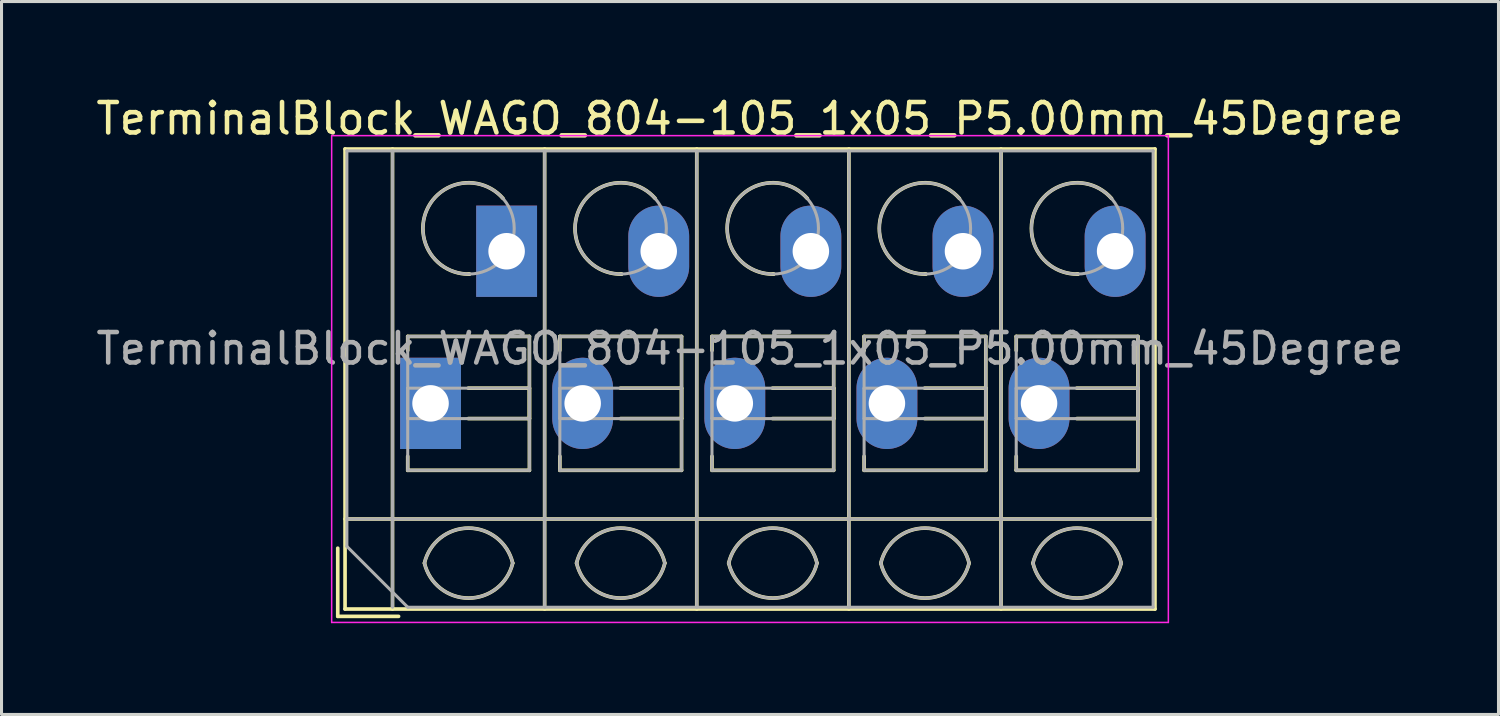
<source format=kicad_pcb>
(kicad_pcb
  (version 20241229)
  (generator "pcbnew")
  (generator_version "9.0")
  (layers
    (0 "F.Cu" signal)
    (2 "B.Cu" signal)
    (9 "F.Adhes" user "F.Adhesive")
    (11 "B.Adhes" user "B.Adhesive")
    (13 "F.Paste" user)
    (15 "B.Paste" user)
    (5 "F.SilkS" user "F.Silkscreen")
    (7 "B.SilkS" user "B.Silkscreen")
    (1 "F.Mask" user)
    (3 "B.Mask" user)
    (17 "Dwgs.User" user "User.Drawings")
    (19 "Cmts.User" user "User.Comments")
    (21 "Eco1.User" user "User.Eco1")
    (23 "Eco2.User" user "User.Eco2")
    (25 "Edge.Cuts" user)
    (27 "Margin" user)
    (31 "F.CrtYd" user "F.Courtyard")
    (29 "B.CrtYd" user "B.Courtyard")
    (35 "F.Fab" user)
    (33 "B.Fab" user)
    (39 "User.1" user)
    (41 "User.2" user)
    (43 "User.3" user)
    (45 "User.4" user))
  (footprint "TerminalBlock_WAGO_804-105_1x05_P5.00mm_45Degree"
    (layer "F.Cu")
    (at 11.101 10.208)
    (property "Reference" "TerminalBlock_WAGO_804-105_1x05_P5.00mm_45Degree" (at 10.5 -9.36 0) (layer "F.SilkS") (effects (font (size 1 1) (thickness 0.15))))
    (attr through_hole)
    (fp_line (start -3.05 4.76) (end -3.05 7) (stroke (width 0.12) (type solid)) (layer "F.SilkS"))
    (fp_line (start -3.05 7) (end -1.05 7) (stroke (width 0.12) (type solid)) (layer "F.SilkS"))
    (fp_line (start -2.81 -8.361) (end -2.81 6.76) (stroke (width 0.12) (type solid)) (layer "F.SilkS"))
    (fp_line (start -2.81 -8.361) (end 23.81 -8.361) (stroke (width 0.12) (type solid)) (layer "F.SilkS"))
    (fp_line (start -2.81 3.8) (end 23.81 3.8) (stroke (width 0.12) (type solid)) (layer "F.SilkS"))
    (fp_line (start -2.81 6.76) (end 23.81 6.76) (stroke (width 0.12) (type solid)) (layer "F.SilkS"))
    (fp_line (start -1.25 -8.361) (end -1.25 6.76) (stroke (width 0.12) (type solid)) (layer "F.SilkS"))
    (fp_line (start -0.75 -2.2) (end -0.75 -1.74) (stroke (width 0.12) (type solid)) (layer "F.SilkS"))
    (fp_line (start -0.75 -2.2) (end 3.25 -2.2) (stroke (width 0.12) (type solid)) (layer "F.SilkS"))
    (fp_line (start -0.75 1.74) (end -0.75 2.2) (stroke (width 0.12) (type solid)) (layer "F.SilkS"))
    (fp_line (start -0.75 2.2) (end 3.25 2.2) (stroke (width 0.12) (type solid)) (layer "F.SilkS"))
    (fp_line (start 1.24 -0.5) (end 3.25 -0.5) (stroke (width 0.12) (type solid)) (layer "F.SilkS"))
    (fp_line (start 1.24 0.5) (end 3.25 0.5) (stroke (width 0.12) (type solid)) (layer "F.SilkS"))
    (fp_line (start 3.25 -2.2) (end 3.25 2.2) (stroke (width 0.12) (type solid)) (layer "F.SilkS"))
    (fp_line (start 3.25 -0.5) (end 3.25 0.5) (stroke (width 0.12) (type solid)) (layer "F.SilkS"))
    (fp_line (start 3.75 -8.361) (end 3.75 6.76) (stroke (width 0.12) (type solid)) (layer "F.SilkS"))
    (fp_line (start 4.25 -2.2) (end 4.25 -1.74) (stroke (width 0.12) (type solid)) (layer "F.SilkS"))
    (fp_line (start 4.25 -2.2) (end 8.25 -2.2) (stroke (width 0.12) (type solid)) (layer "F.SilkS"))
    (fp_line (start 4.25 1.74) (end 4.25 2.2) (stroke (width 0.12) (type solid)) (layer "F.SilkS"))
    (fp_line (start 4.25 2.2) (end 8.25 2.2) (stroke (width 0.12) (type solid)) (layer "F.SilkS"))
    (fp_line (start 6.24 -0.5) (end 8.25 -0.5) (stroke (width 0.12) (type solid)) (layer "F.SilkS"))
    (fp_line (start 6.24 0.5) (end 8.25 0.5) (stroke (width 0.12) (type solid)) (layer "F.SilkS"))
    (fp_line (start 8.25 -2.2) (end 8.25 2.2) (stroke (width 0.12) (type solid)) (layer "F.SilkS"))
    (fp_line (start 8.25 -0.5) (end 8.25 0.5) (stroke (width 0.12) (type solid)) (layer "F.SilkS"))
    (fp_line (start 8.75 -8.361) (end 8.75 6.76) (stroke (width 0.12) (type solid)) (layer "F.SilkS"))
    (fp_line (start 9.25 -2.2) (end 9.25 -1.74) (stroke (width 0.12) (type solid)) (layer "F.SilkS"))
    (fp_line (start 9.25 -2.2) (end 13.25 -2.2) (stroke (width 0.12) (type solid)) (layer "F.SilkS"))
    (fp_line (start 9.25 1.74) (end 9.25 2.2) (stroke (width 0.12) (type solid)) (layer "F.SilkS"))
    (fp_line (start 9.25 2.2) (end 13.25 2.2) (stroke (width 0.12) (type solid)) (layer "F.SilkS"))
    (fp_line (start 11.24 -0.5) (end 13.25 -0.5) (stroke (width 0.12) (type solid)) (layer "F.SilkS"))
    (fp_line (start 11.24 0.5) (end 13.25 0.5) (stroke (width 0.12) (type solid)) (layer "F.SilkS"))
    (fp_line (start 13.25 -2.2) (end 13.25 2.2) (stroke (width 0.12) (type solid)) (layer "F.SilkS"))
    (fp_line (start 13.25 -0.5) (end 13.25 0.5) (stroke (width 0.12) (type solid)) (layer "F.SilkS"))
    (fp_line (start 13.75 -8.361) (end 13.75 6.76) (stroke (width 0.12) (type solid)) (layer "F.SilkS"))
    (fp_line (start 14.25 -2.2) (end 14.25 -1.74) (stroke (width 0.12) (type solid)) (layer "F.SilkS"))
    (fp_line (start 14.25 -2.2) (end 18.25 -2.2) (stroke (width 0.12) (type solid)) (layer "F.SilkS"))
    (fp_line (start 14.25 1.74) (end 14.25 2.2) (stroke (width 0.12) (type solid)) (layer "F.SilkS"))
    (fp_line (start 14.25 2.2) (end 18.25 2.2) (stroke (width 0.12) (type solid)) (layer "F.SilkS"))
    (fp_line (start 16.24 -0.5) (end 18.25 -0.5) (stroke (width 0.12) (type solid)) (layer "F.SilkS"))
    (fp_line (start 16.24 0.5) (end 18.25 0.5) (stroke (width 0.12) (type solid)) (layer "F.SilkS"))
    (fp_line (start 18.25 -2.2) (end 18.25 2.2) (stroke (width 0.12) (type solid)) (layer "F.SilkS"))
    (fp_line (start 18.25 -0.5) (end 18.25 0.5) (stroke (width 0.12) (type solid)) (layer "F.SilkS"))
    (fp_line (start 18.75 -8.361) (end 18.75 6.76) (stroke (width 0.12) (type solid)) (layer "F.SilkS"))
    (fp_line (start 19.25 -2.2) (end 19.25 -1.74) (stroke (width 0.12) (type solid)) (layer "F.SilkS"))
    (fp_line (start 19.25 -2.2) (end 23.25 -2.2) (stroke (width 0.12) (type solid)) (layer "F.SilkS"))
    (fp_line (start 19.25 1.74) (end 19.25 2.2) (stroke (width 0.12) (type solid)) (layer "F.SilkS"))
    (fp_line (start 19.25 2.2) (end 23.25 2.2) (stroke (width 0.12) (type solid)) (layer "F.SilkS"))
    (fp_line (start 21.24 -0.5) (end 23.25 -0.5) (stroke (width 0.12) (type solid)) (layer "F.SilkS"))
    (fp_line (start 21.24 0.5) (end 23.25 0.5) (stroke (width 0.12) (type solid)) (layer "F.SilkS"))
    (fp_line (start 23.25 -2.2) (end 23.25 2.2) (stroke (width 0.12) (type solid)) (layer "F.SilkS"))
    (fp_line (start 23.25 -0.5) (end 23.25 0.5) (stroke (width 0.12) (type solid)) (layer "F.SilkS"))
    (fp_line (start 23.81 -8.361) (end 23.81 6.76) (stroke (width 0.12) (type solid)) (layer "F.SilkS"))
    (fp_arc (start -0.200865 5.250424) (mid 1.250296 4.099926) (end 2.701 5.251) (stroke (width 0.12) (type solid)) (layer "F.SilkS"))
    (fp_arc (start 1.276179 -4.250228) (mid 1.26309 -4.250057) (end 1.25 -4.25) (stroke (width 0.12) (type solid)) (layer "F.SilkS"))
    (fp_arc (start 1.276275 -4.248926) (mid -0.121539 -6.360568) (end 2.383 -6.735) (stroke (width 0.12) (type solid)) (layer "F.SilkS"))
    (fp_arc (start 2.7 5.25) (mid 1.250068 6.400101) (end -0.199969 5.250133) (stroke (width 0.12) (type solid)) (layer "F.SilkS"))
    (fp_arc (start 4.799135 5.250424) (mid 6.250296 4.099926) (end 7.701 5.251) (stroke (width 0.12) (type solid)) (layer "F.SilkS"))
    (fp_arc (start 6.276179 -4.250228) (mid 6.26309 -4.250057) (end 6.25 -4.25) (stroke (width 0.12) (type solid)) (layer "F.SilkS"))
    (fp_arc (start 6.276275 -4.248926) (mid 4.878461 -6.360568) (end 7.383 -6.735) (stroke (width 0.12) (type solid)) (layer "F.SilkS"))
    (fp_arc (start 7.7 5.25) (mid 6.250068 6.400101) (end 4.800031 5.250133) (stroke (width 0.12) (type solid)) (layer "F.SilkS"))
    (fp_arc (start 9.799135 5.250424) (mid 11.250296 4.099926) (end 12.701 5.251) (stroke (width 0.12) (type solid)) (layer "F.SilkS"))
    (fp_arc (start 11.276179 -4.250228) (mid 11.26309 -4.250057) (end 11.25 -4.25) (stroke (width 0.12) (type solid)) (layer "F.SilkS"))
    (fp_arc (start 11.276275 -4.248926) (mid 9.878461 -6.360568) (end 12.383 -6.735) (stroke (width 0.12) (type solid)) (layer "F.SilkS"))
    (fp_arc (start 12.7 5.25) (mid 11.250068 6.400101) (end 9.800031 5.250133) (stroke (width 0.12) (type solid)) (layer "F.SilkS"))
    (fp_arc (start 14.799135 5.250424) (mid 16.250296 4.099926) (end 17.701 5.251) (stroke (width 0.12) (type solid)) (layer "F.SilkS"))
    (fp_arc (start 16.276179 -4.250228) (mid 16.26309 -4.250057) (end 16.25 -4.25) (stroke (width 0.12) (type solid)) (layer "F.SilkS"))
    (fp_arc (start 16.276275 -4.248926) (mid 14.878461 -6.360568) (end 17.383 -6.735) (stroke (width 0.12) (type solid)) (layer "F.SilkS"))
    (fp_arc (start 17.7 5.25) (mid 16.250068 6.400101) (end 14.800031 5.250133) (stroke (width 0.12) (type solid)) (layer "F.SilkS"))
    (fp_arc (start 19.799135 5.250424) (mid 21.250296 4.099926) (end 22.701 5.251) (stroke (width 0.12) (type solid)) (layer "F.SilkS"))
    (fp_arc (start 21.276179 -4.250228) (mid 21.26309 -4.250057) (end 21.25 -4.25) (stroke (width 0.12) (type solid)) (layer "F.SilkS"))
    (fp_arc (start 21.276275 -4.248926) (mid 19.878461 -6.360568) (end 22.383 -6.735) (stroke (width 0.12) (type solid)) (layer "F.SilkS"))
    (fp_arc (start 22.7 5.25) (mid 21.250068 6.400101) (end 19.800031 5.250133) (stroke (width 0.12) (type solid)) (layer "F.SilkS"))
    (fp_line (start -3.25 -8.8) (end -3.25 7.2) (stroke (width 0.05) (type solid)) (layer "F.CrtYd"))
    (fp_line (start -3.25 7.2) (end 24.25 7.2) (stroke (width 0.05) (type solid)) (layer "F.CrtYd"))
    (fp_line (start 24.25 -8.8) (end -3.25 -8.8) (stroke (width 0.05) (type solid)) (layer "F.CrtYd"))
    (fp_line (start 24.25 7.2) (end 24.25 -8.8) (stroke (width 0.05) (type solid)) (layer "F.CrtYd"))
    (fp_line (start -2.75 -8.3) (end 23.75 -8.3) (stroke (width 0.1) (type solid)) (layer "F.Fab"))
    (fp_line (start -2.75 3.8) (end 23.75 3.8) (stroke (width 0.1) (type solid)) (layer "F.Fab"))
    (fp_line (start -2.75 4.7) (end -2.75 -8.3) (stroke (width 0.1) (type solid)) (layer "F.Fab"))
    (fp_line (start -1.25 -8.3) (end -1.25 6.7) (stroke (width 0.1) (type solid)) (layer "F.Fab"))
    (fp_line (start -0.75 -2.2) (end -0.75 2.2) (stroke (width 0.1) (type solid)) (layer "F.Fab"))
    (fp_line (start -0.75 -0.5) (end -0.75 0.5) (stroke (width 0.1) (type solid)) (layer "F.Fab"))
    (fp_line (start -0.75 0.5) (end 3.25 0.5) (stroke (width 0.1) (type solid)) (layer "F.Fab"))
    (fp_line (start -0.75 2.2) (end 3.25 2.2) (stroke (width 0.1) (type solid)) (layer "F.Fab"))
    (fp_line (start -0.75 6.7) (end -2.75 4.7) (stroke (width 0.1) (type solid)) (layer "F.Fab"))
    (fp_line (start 3.25 -2.2) (end -0.75 -2.2) (stroke (width 0.1) (type solid)) (layer "F.Fab"))
    (fp_line (start 3.25 -0.5) (end -0.75 -0.5) (stroke (width 0.1) (type solid)) (layer "F.Fab"))
    (fp_line (start 3.25 0.5) (end 3.25 -0.5) (stroke (width 0.1) (type solid)) (layer "F.Fab"))
    (fp_line (start 3.25 2.2) (end 3.25 -2.2) (stroke (width 0.1) (type solid)) (layer "F.Fab"))
    (fp_line (start 3.75 -8.3) (end 3.75 6.7) (stroke (width 0.1) (type solid)) (layer "F.Fab"))
    (fp_line (start 4.25 -2.2) (end 4.25 2.2) (stroke (width 0.1) (type solid)) (layer "F.Fab"))
    (fp_line (start 4.25 -0.5) (end 4.25 0.5) (stroke (width 0.1) (type solid)) (layer "F.Fab"))
    (fp_line (start 4.25 0.5) (end 8.25 0.5) (stroke (width 0.1) (type solid)) (layer "F.Fab"))
    (fp_line (start 4.25 2.2) (end 8.25 2.2) (stroke (width 0.1) (type solid)) (layer "F.Fab"))
    (fp_line (start 8.25 -2.2) (end 4.25 -2.2) (stroke (width 0.1) (type solid)) (layer "F.Fab"))
    (fp_line (start 8.25 -0.5) (end 4.25 -0.5) (stroke (width 0.1) (type solid)) (layer "F.Fab"))
    (fp_line (start 8.25 0.5) (end 8.25 -0.5) (stroke (width 0.1) (type solid)) (layer "F.Fab"))
    (fp_line (start 8.25 2.2) (end 8.25 -2.2) (stroke (width 0.1) (type solid)) (layer "F.Fab"))
    (fp_line (start 8.75 -8.3) (end 8.75 6.7) (stroke (width 0.1) (type solid)) (layer "F.Fab"))
    (fp_line (start 9.25 -2.2) (end 9.25 2.2) (stroke (width 0.1) (type solid)) (layer "F.Fab"))
    (fp_line (start 9.25 -0.5) (end 9.25 0.5) (stroke (width 0.1) (type solid)) (layer "F.Fab"))
    (fp_line (start 9.25 0.5) (end 13.25 0.5) (stroke (width 0.1) (type solid)) (layer "F.Fab"))
    (fp_line (start 9.25 2.2) (end 13.25 2.2) (stroke (width 0.1) (type solid)) (layer "F.Fab"))
    (fp_line (start 13.25 -2.2) (end 9.25 -2.2) (stroke (width 0.1) (type solid)) (layer "F.Fab"))
    (fp_line (start 13.25 -0.5) (end 9.25 -0.5) (stroke (width 0.1) (type solid)) (layer "F.Fab"))
    (fp_line (start 13.25 0.5) (end 13.25 -0.5) (stroke (width 0.1) (type solid)) (layer "F.Fab"))
    (fp_line (start 13.25 2.2) (end 13.25 -2.2) (stroke (width 0.1) (type solid)) (layer "F.Fab"))
    (fp_line (start 13.75 -8.3) (end 13.75 6.7) (stroke (width 0.1) (type solid)) (layer "F.Fab"))
    (fp_line (start 14.25 -2.2) (end 14.25 2.2) (stroke (width 0.1) (type solid)) (layer "F.Fab"))
    (fp_line (start 14.25 -0.5) (end 14.25 0.5) (stroke (width 0.1) (type solid)) (layer "F.Fab"))
    (fp_line (start 14.25 0.5) (end 18.25 0.5) (stroke (width 0.1) (type solid)) (layer "F.Fab"))
    (fp_line (start 14.25 2.2) (end 18.25 2.2) (stroke (width 0.1) (type solid)) (layer "F.Fab"))
    (fp_line (start 18.25 -2.2) (end 14.25 -2.2) (stroke (width 0.1) (type solid)) (layer "F.Fab"))
    (fp_line (start 18.25 -0.5) (end 14.25 -0.5) (stroke (width 0.1) (type solid)) (layer "F.Fab"))
    (fp_line (start 18.25 0.5) (end 18.25 -0.5) (stroke (width 0.1) (type solid)) (layer "F.Fab"))
    (fp_line (start 18.25 2.2) (end 18.25 -2.2) (stroke (width 0.1) (type solid)) (layer "F.Fab"))
    (fp_line (start 18.75 -8.3) (end 18.75 6.7) (stroke (width 0.1) (type solid)) (layer "F.Fab"))
    (fp_line (start 19.25 -2.2) (end 19.25 2.2) (stroke (width 0.1) (type solid)) (layer "F.Fab"))
    (fp_line (start 19.25 -0.5) (end 19.25 0.5) (stroke (width 0.1) (type solid)) (layer "F.Fab"))
    (fp_line (start 19.25 0.5) (end 23.25 0.5) (stroke (width 0.1) (type solid)) (layer "F.Fab"))
    (fp_line (start 19.25 2.2) (end 23.25 2.2) (stroke (width 0.1) (type solid)) (layer "F.Fab"))
    (fp_line (start 23.25 -2.2) (end 19.25 -2.2) (stroke (width 0.1) (type solid)) (layer "F.Fab"))
    (fp_line (start 23.25 -0.5) (end 19.25 -0.5) (stroke (width 0.1) (type solid)) (layer "F.Fab"))
    (fp_line (start 23.25 0.5) (end 23.25 -0.5) (stroke (width 0.1) (type solid)) (layer "F.Fab"))
    (fp_line (start 23.25 2.2) (end 23.25 -2.2) (stroke (width 0.1) (type solid)) (layer "F.Fab"))
    (fp_line (start 23.75 -8.3) (end 23.75 6.7) (stroke (width 0.1) (type solid)) (layer "F.Fab"))
    (fp_line (start 23.75 6.7) (end -0.75 6.7) (stroke (width 0.1) (type solid)) (layer "F.Fab"))
    (fp_arc (start -0.200865 5.250424) (mid 1.250296 4.099926) (end 2.701 5.251) (stroke (width 0.1) (type solid)) (layer "F.Fab"))
    (fp_arc (start 2.7 5.25) (mid 1.250068 6.400101) (end -0.199969 5.250133) (stroke (width 0.1) (type solid)) (layer "F.Fab"))
    (fp_arc (start 4.799135 5.250424) (mid 6.250296 4.099926) (end 7.701 5.251) (stroke (width 0.1) (type solid)) (layer "F.Fab"))
    (fp_arc (start 7.7 5.25) (mid 6.250068 6.400101) (end 4.800031 5.250133) (stroke (width 0.1) (type solid)) (layer "F.Fab"))
    (fp_arc (start 9.799135 5.250424) (mid 11.250296 4.099926) (end 12.701 5.251) (stroke (width 0.1) (type solid)) (layer "F.Fab"))
    (fp_arc (start 12.7 5.25) (mid 11.250068 6.400101) (end 9.800031 5.250133) (stroke (width 0.1) (type solid)) (layer "F.Fab"))
    (fp_arc (start 14.799135 5.250424) (mid 16.250296 4.099926) (end 17.701 5.251) (stroke (width 0.1) (type solid)) (layer "F.Fab"))
    (fp_arc (start 17.7 5.25) (mid 16.250068 6.400101) (end 14.800031 5.250133) (stroke (width 0.1) (type solid)) (layer "F.Fab"))
    (fp_arc (start 19.799135 5.250424) (mid 21.250296 4.099926) (end 22.701 5.251) (stroke (width 0.1) (type solid)) (layer "F.Fab"))
    (fp_arc (start 22.7 5.25) (mid 21.250068 6.400101) (end 19.800031 5.250133) (stroke (width 0.1) (type solid)) (layer "F.Fab"))
    (fp_circle (center 1.25 -5.75) (end 2.75 -5.75) (stroke (width 0.1) (type solid)) (fill no) (layer "F.Fab"))
    (fp_circle (center 6.25 -5.75) (end 7.75 -5.75) (stroke (width 0.1) (type solid)) (fill no) (layer "F.Fab"))
    (fp_circle (center 11.25 -5.75) (end 12.75 -5.75) (stroke (width 0.1) (type solid)) (fill no) (layer "F.Fab"))
    (fp_circle (center 16.25 -5.75) (end 17.75 -5.75) (stroke (width 0.1) (type solid)) (fill no) (layer "F.Fab"))
    (fp_circle (center 21.25 -5.75) (end 22.75 -5.75) (stroke (width 0.1) (type solid)) (fill no) (layer "F.Fab"))
    (fp_text user "${REFERENCE}" (at 10.5 -1.8 0) (layer "F.Fab") (effects (font (size 1 1) (thickness 0.15))))
    (pad "1" thru_hole rect (at 0 0) (size 2 3) (drill 1.2) (layers "*.Cu" "*.Mask"))
    (pad "1" thru_hole rect (at 2.5 -5) (size 2 3) (drill 1.2) (layers "*.Cu" "*.Mask"))
    (pad "2" thru_hole oval (at 5 0) (size 2 3) (drill 1.2) (layers "*.Cu" "*.Mask"))
    (pad "2" thru_hole oval (at 7.5 -5) (size 2 3) (drill 1.2) (layers "*.Cu" "*.Mask"))
    (pad "3" thru_hole oval (at 10 0) (size 2 3) (drill 1.2) (layers "*.Cu" "*.Mask"))
    (pad "3" thru_hole oval (at 12.5 -5) (size 2 3) (drill 1.2) (layers "*.Cu" "*.Mask"))
    (pad "4" thru_hole oval (at 15 0) (size 2 3) (drill 1.2) (layers "*.Cu" "*.Mask"))
    (pad "4" thru_hole oval (at 17.5 -5) (size 2 3) (drill 1.2) (layers "*.Cu" "*.Mask"))
    (pad "5" thru_hole oval (at 20 0) (size 2 3) (drill 1.2) (layers "*.Cu" "*.Mask"))
    (pad "5" thru_hole oval (at 22.5 -5) (size 2 3) (drill 1.2) (layers "*.Cu" "*.Mask")))
  (gr_rect
    (start -3 -3)
    (end 46.202 20.433)
    (stroke (width 0.1) (type default))
    (fill no)
    (layer "Edge.Cuts")))
</source>
